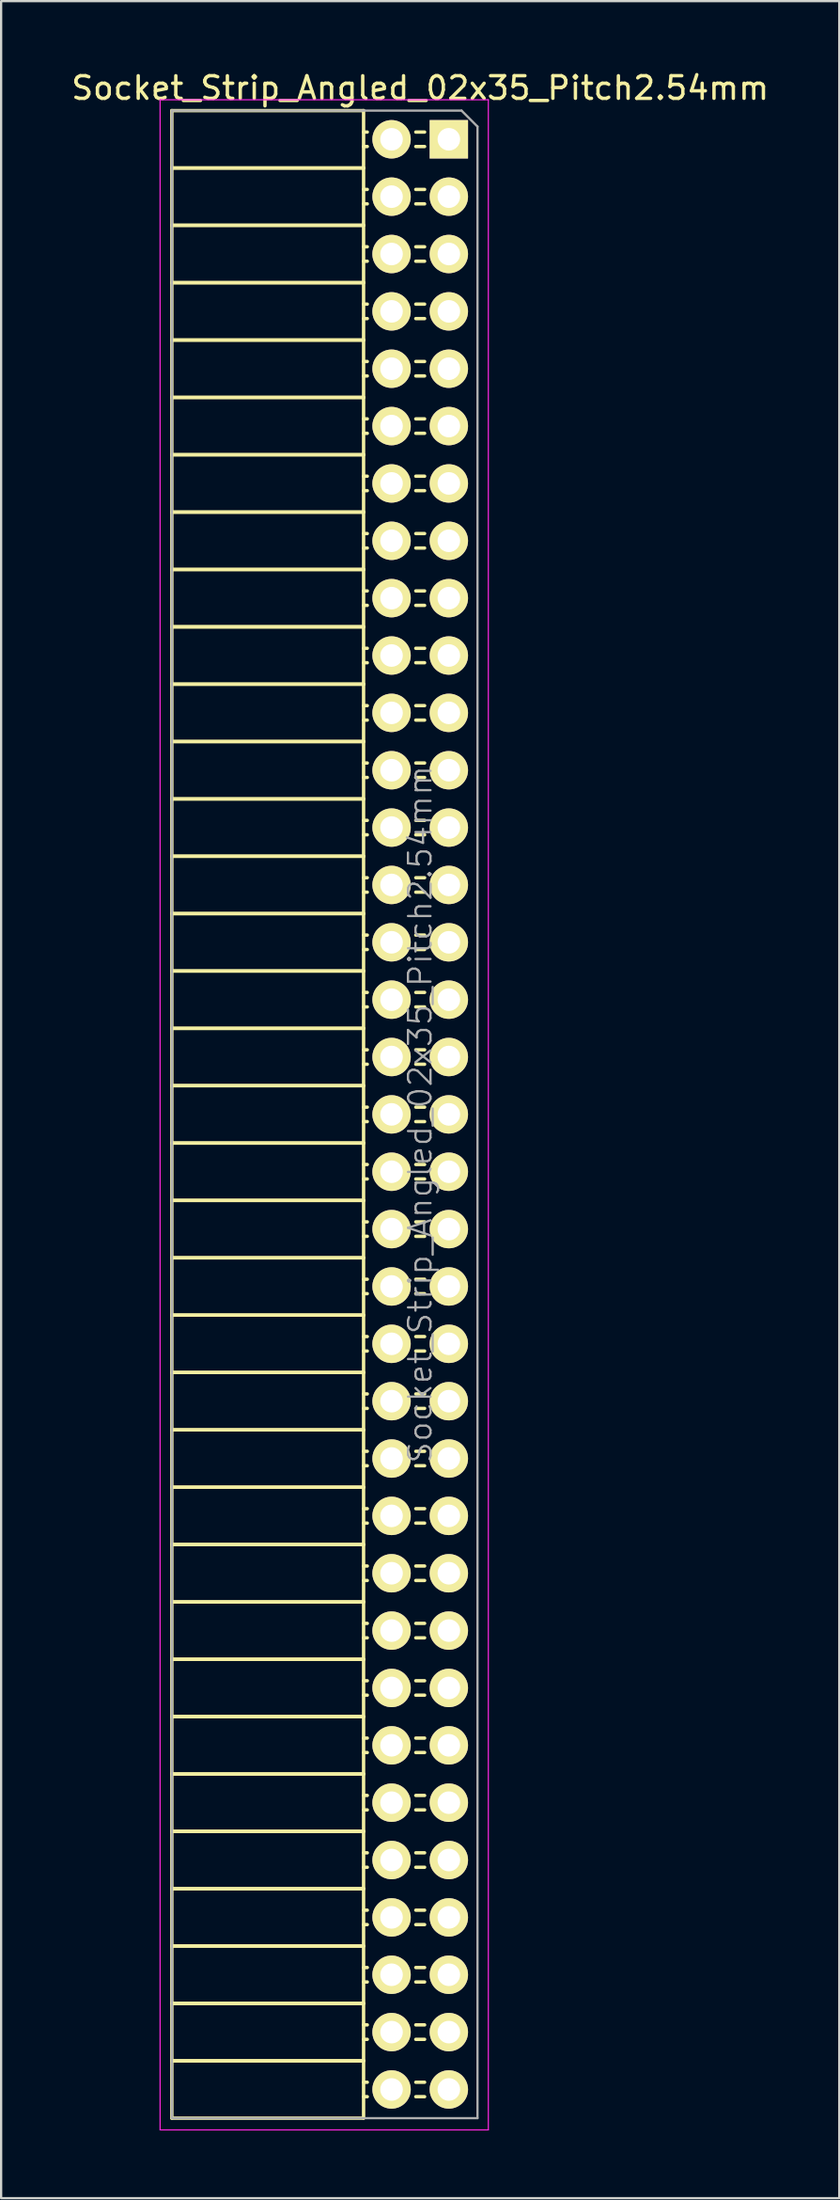
<source format=kicad_pcb>
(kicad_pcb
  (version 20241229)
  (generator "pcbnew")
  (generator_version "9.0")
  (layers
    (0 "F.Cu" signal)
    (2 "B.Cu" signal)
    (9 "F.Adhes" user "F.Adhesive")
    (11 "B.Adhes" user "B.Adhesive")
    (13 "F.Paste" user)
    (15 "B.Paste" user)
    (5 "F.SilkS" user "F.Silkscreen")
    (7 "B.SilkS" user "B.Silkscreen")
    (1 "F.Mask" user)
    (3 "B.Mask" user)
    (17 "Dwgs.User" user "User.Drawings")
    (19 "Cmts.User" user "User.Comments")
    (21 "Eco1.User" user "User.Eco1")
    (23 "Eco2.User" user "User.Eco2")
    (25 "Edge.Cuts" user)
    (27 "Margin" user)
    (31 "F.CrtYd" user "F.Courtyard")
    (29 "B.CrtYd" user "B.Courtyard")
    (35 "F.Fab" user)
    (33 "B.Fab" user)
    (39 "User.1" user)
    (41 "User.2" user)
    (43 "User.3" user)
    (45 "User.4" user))
  (footprint "Socket_Strip_Angled_02x35_Pitch2.54mm"
    (layer "F.Cu")
    (at 16.847 3.118)
    (property "Reference" "Socket_Strip_Angled_02x35_Pitch2.54mm" (at -1.27 -2.27 0) (layer "F.SilkS") (effects (font (size 1 1) (thickness 0.15))))
    (attr smd)
    (fp_line (start -12.28 -1.27) (end -12.28 1.27) (stroke (width 0.15) (type solid)) (layer "F.SilkS"))
    (fp_line (start -12.28 -1.27) (end -3.78 -1.27) (stroke (width 0.15) (type solid)) (layer "F.SilkS"))
    (fp_line (start -12.28 1.27) (end -12.28 3.81) (stroke (width 0.15) (type solid)) (layer "F.SilkS"))
    (fp_line (start -12.28 1.27) (end -3.78 1.27) (stroke (width 0.15) (type solid)) (layer "F.SilkS"))
    (fp_line (start -12.28 1.27) (end -3.78 1.27) (stroke (width 0.15) (type solid)) (layer "F.SilkS"))
    (fp_line (start -12.28 3.81) (end -12.28 6.35) (stroke (width 0.15) (type solid)) (layer "F.SilkS"))
    (fp_line (start -12.28 3.81) (end -3.78 3.81) (stroke (width 0.15) (type solid)) (layer "F.SilkS"))
    (fp_line (start -12.28 3.81) (end -3.78 3.81) (stroke (width 0.15) (type solid)) (layer "F.SilkS"))
    (fp_line (start -12.28 6.35) (end -12.28 8.89) (stroke (width 0.15) (type solid)) (layer "F.SilkS"))
    (fp_line (start -12.28 6.35) (end -3.78 6.35) (stroke (width 0.15) (type solid)) (layer "F.SilkS"))
    (fp_line (start -12.28 6.35) (end -3.78 6.35) (stroke (width 0.15) (type solid)) (layer "F.SilkS"))
    (fp_line (start -12.28 8.89) (end -12.28 11.43) (stroke (width 0.15) (type solid)) (layer "F.SilkS"))
    (fp_line (start -12.28 8.89) (end -3.78 8.89) (stroke (width 0.15) (type solid)) (layer "F.SilkS"))
    (fp_line (start -12.28 8.89) (end -3.78 8.89) (stroke (width 0.15) (type solid)) (layer "F.SilkS"))
    (fp_line (start -12.28 11.43) (end -12.28 13.97) (stroke (width 0.15) (type solid)) (layer "F.SilkS"))
    (fp_line (start -12.28 11.43) (end -3.78 11.43) (stroke (width 0.15) (type solid)) (layer "F.SilkS"))
    (fp_line (start -12.28 11.43) (end -3.78 11.43) (stroke (width 0.15) (type solid)) (layer "F.SilkS"))
    (fp_line (start -12.28 13.97) (end -12.28 16.51) (stroke (width 0.15) (type solid)) (layer "F.SilkS"))
    (fp_line (start -12.28 13.97) (end -3.78 13.97) (stroke (width 0.15) (type solid)) (layer "F.SilkS"))
    (fp_line (start -12.28 13.97) (end -3.78 13.97) (stroke (width 0.15) (type solid)) (layer "F.SilkS"))
    (fp_line (start -12.28 16.51) (end -12.28 19.05) (stroke (width 0.15) (type solid)) (layer "F.SilkS"))
    (fp_line (start -12.28 16.51) (end -3.78 16.51) (stroke (width 0.15) (type solid)) (layer "F.SilkS"))
    (fp_line (start -12.28 16.51) (end -3.78 16.51) (stroke (width 0.15) (type solid)) (layer "F.SilkS"))
    (fp_line (start -12.28 19.05) (end -12.28 21.59) (stroke (width 0.15) (type solid)) (layer "F.SilkS"))
    (fp_line (start -12.28 19.05) (end -3.78 19.05) (stroke (width 0.15) (type solid)) (layer "F.SilkS"))
    (fp_line (start -12.28 19.05) (end -3.78 19.05) (stroke (width 0.15) (type solid)) (layer "F.SilkS"))
    (fp_line (start -12.28 21.59) (end -12.28 24.13) (stroke (width 0.15) (type solid)) (layer "F.SilkS"))
    (fp_line (start -12.28 21.59) (end -3.78 21.59) (stroke (width 0.15) (type solid)) (layer "F.SilkS"))
    (fp_line (start -12.28 21.59) (end -3.78 21.59) (stroke (width 0.15) (type solid)) (layer "F.SilkS"))
    (fp_line (start -12.28 24.13) (end -12.28 26.67) (stroke (width 0.15) (type solid)) (layer "F.SilkS"))
    (fp_line (start -12.28 24.13) (end -3.78 24.13) (stroke (width 0.15) (type solid)) (layer "F.SilkS"))
    (fp_line (start -12.28 24.13) (end -3.78 24.13) (stroke (width 0.15) (type solid)) (layer "F.SilkS"))
    (fp_line (start -12.28 26.67) (end -12.28 29.21) (stroke (width 0.15) (type solid)) (layer "F.SilkS"))
    (fp_line (start -12.28 26.67) (end -3.78 26.67) (stroke (width 0.15) (type solid)) (layer "F.SilkS"))
    (fp_line (start -12.28 26.67) (end -3.78 26.67) (stroke (width 0.15) (type solid)) (layer "F.SilkS"))
    (fp_line (start -12.28 29.21) (end -12.28 31.75) (stroke (width 0.15) (type solid)) (layer "F.SilkS"))
    (fp_line (start -12.28 29.21) (end -3.78 29.21) (stroke (width 0.15) (type solid)) (layer "F.SilkS"))
    (fp_line (start -12.28 29.21) (end -3.78 29.21) (stroke (width 0.15) (type solid)) (layer "F.SilkS"))
    (fp_line (start -12.28 31.75) (end -12.28 34.29) (stroke (width 0.15) (type solid)) (layer "F.SilkS"))
    (fp_line (start -12.28 31.75) (end -3.78 31.75) (stroke (width 0.15) (type solid)) (layer "F.SilkS"))
    (fp_line (start -12.28 31.75) (end -3.78 31.75) (stroke (width 0.15) (type solid)) (layer "F.SilkS"))
    (fp_line (start -12.28 34.29) (end -12.28 36.83) (stroke (width 0.15) (type solid)) (layer "F.SilkS"))
    (fp_line (start -12.28 34.29) (end -3.78 34.29) (stroke (width 0.15) (type solid)) (layer "F.SilkS"))
    (fp_line (start -12.28 34.29) (end -3.78 34.29) (stroke (width 0.15) (type solid)) (layer "F.SilkS"))
    (fp_line (start -12.28 36.83) (end -12.28 39.37) (stroke (width 0.15) (type solid)) (layer "F.SilkS"))
    (fp_line (start -12.28 36.83) (end -3.78 36.83) (stroke (width 0.15) (type solid)) (layer "F.SilkS"))
    (fp_line (start -12.28 36.83) (end -3.78 36.83) (stroke (width 0.15) (type solid)) (layer "F.SilkS"))
    (fp_line (start -12.28 39.37) (end -12.28 41.91) (stroke (width 0.15) (type solid)) (layer "F.SilkS"))
    (fp_line (start -12.28 39.37) (end -3.78 39.37) (stroke (width 0.15) (type solid)) (layer "F.SilkS"))
    (fp_line (start -12.28 39.37) (end -3.78 39.37) (stroke (width 0.15) (type solid)) (layer "F.SilkS"))
    (fp_line (start -12.28 41.91) (end -12.28 44.45) (stroke (width 0.15) (type solid)) (layer "F.SilkS"))
    (fp_line (start -12.28 41.91) (end -3.78 41.91) (stroke (width 0.15) (type solid)) (layer "F.SilkS"))
    (fp_line (start -12.28 41.91) (end -3.78 41.91) (stroke (width 0.15) (type solid)) (layer "F.SilkS"))
    (fp_line (start -12.28 44.45) (end -12.28 46.99) (stroke (width 0.15) (type solid)) (layer "F.SilkS"))
    (fp_line (start -12.28 44.45) (end -3.78 44.45) (stroke (width 0.15) (type solid)) (layer "F.SilkS"))
    (fp_line (start -12.28 44.45) (end -3.78 44.45) (stroke (width 0.15) (type solid)) (layer "F.SilkS"))
    (fp_line (start -12.28 46.99) (end -12.28 49.53) (stroke (width 0.15) (type solid)) (layer "F.SilkS"))
    (fp_line (start -12.28 46.99) (end -3.78 46.99) (stroke (width 0.15) (type solid)) (layer "F.SilkS"))
    (fp_line (start -12.28 46.99) (end -3.78 46.99) (stroke (width 0.15) (type solid)) (layer "F.SilkS"))
    (fp_line (start -12.28 49.53) (end -12.28 52.07) (stroke (width 0.15) (type solid)) (layer "F.SilkS"))
    (fp_line (start -12.28 49.53) (end -3.78 49.53) (stroke (width 0.15) (type solid)) (layer "F.SilkS"))
    (fp_line (start -12.28 49.53) (end -3.78 49.53) (stroke (width 0.15) (type solid)) (layer "F.SilkS"))
    (fp_line (start -12.28 52.07) (end -12.28 54.61) (stroke (width 0.15) (type solid)) (layer "F.SilkS"))
    (fp_line (start -12.28 52.07) (end -3.78 52.07) (stroke (width 0.15) (type solid)) (layer "F.SilkS"))
    (fp_line (start -12.28 52.07) (end -3.78 52.07) (stroke (width 0.15) (type solid)) (layer "F.SilkS"))
    (fp_line (start -12.28 54.61) (end -12.28 57.15) (stroke (width 0.15) (type solid)) (layer "F.SilkS"))
    (fp_line (start -12.28 54.61) (end -3.78 54.61) (stroke (width 0.15) (type solid)) (layer "F.SilkS"))
    (fp_line (start -12.28 54.61) (end -3.78 54.61) (stroke (width 0.15) (type solid)) (layer "F.SilkS"))
    (fp_line (start -12.28 57.15) (end -12.28 59.69) (stroke (width 0.15) (type solid)) (layer "F.SilkS"))
    (fp_line (start -12.28 57.15) (end -3.78 57.15) (stroke (width 0.15) (type solid)) (layer "F.SilkS"))
    (fp_line (start -12.28 57.15) (end -3.78 57.15) (stroke (width 0.15) (type solid)) (layer "F.SilkS"))
    (fp_line (start -12.28 59.69) (end -12.28 62.23) (stroke (width 0.15) (type solid)) (layer "F.SilkS"))
    (fp_line (start -12.28 59.69) (end -3.78 59.69) (stroke (width 0.15) (type solid)) (layer "F.SilkS"))
    (fp_line (start -12.28 59.69) (end -3.78 59.69) (stroke (width 0.15) (type solid)) (layer "F.SilkS"))
    (fp_line (start -12.28 62.23) (end -12.28 64.77) (stroke (width 0.15) (type solid)) (layer "F.SilkS"))
    (fp_line (start -12.28 62.23) (end -3.78 62.23) (stroke (width 0.15) (type solid)) (layer "F.SilkS"))
    (fp_line (start -12.28 62.23) (end -3.78 62.23) (stroke (width 0.15) (type solid)) (layer "F.SilkS"))
    (fp_line (start -12.28 64.77) (end -12.28 67.31) (stroke (width 0.15) (type solid)) (layer "F.SilkS"))
    (fp_line (start -12.28 64.77) (end -3.78 64.77) (stroke (width 0.15) (type solid)) (layer "F.SilkS"))
    (fp_line (start -12.28 64.77) (end -3.78 64.77) (stroke (width 0.15) (type solid)) (layer "F.SilkS"))
    (fp_line (start -12.28 67.31) (end -12.28 69.85) (stroke (width 0.15) (type solid)) (layer "F.SilkS"))
    (fp_line (start -12.28 67.31) (end -3.78 67.31) (stroke (width 0.15) (type solid)) (layer "F.SilkS"))
    (fp_line (start -12.28 67.31) (end -3.78 67.31) (stroke (width 0.15) (type solid)) (layer "F.SilkS"))
    (fp_line (start -12.28 69.85) (end -12.28 72.39) (stroke (width 0.15) (type solid)) (layer "F.SilkS"))
    (fp_line (start -12.28 69.85) (end -3.78 69.85) (stroke (width 0.15) (type solid)) (layer "F.SilkS"))
    (fp_line (start -12.28 69.85) (end -3.78 69.85) (stroke (width 0.15) (type solid)) (layer "F.SilkS"))
    (fp_line (start -12.28 72.39) (end -12.28 74.93) (stroke (width 0.15) (type solid)) (layer "F.SilkS"))
    (fp_line (start -12.28 72.39) (end -3.78 72.39) (stroke (width 0.15) (type solid)) (layer "F.SilkS"))
    (fp_line (start -12.28 72.39) (end -3.78 72.39) (stroke (width 0.15) (type solid)) (layer "F.SilkS"))
    (fp_line (start -12.28 74.93) (end -12.28 77.47) (stroke (width 0.15) (type solid)) (layer "F.SilkS"))
    (fp_line (start -12.28 74.93) (end -3.78 74.93) (stroke (width 0.15) (type solid)) (layer "F.SilkS"))
    (fp_line (start -12.28 74.93) (end -3.78 74.93) (stroke (width 0.15) (type solid)) (layer "F.SilkS"))
    (fp_line (start -12.28 77.47) (end -12.28 80.01) (stroke (width 0.15) (type solid)) (layer "F.SilkS"))
    (fp_line (start -12.28 77.47) (end -3.78 77.47) (stroke (width 0.15) (type solid)) (layer "F.SilkS"))
    (fp_line (start -12.28 77.47) (end -3.78 77.47) (stroke (width 0.15) (type solid)) (layer "F.SilkS"))
    (fp_line (start -12.28 80.01) (end -12.28 82.55) (stroke (width 0.15) (type solid)) (layer "F.SilkS"))
    (fp_line (start -12.28 80.01) (end -3.78 80.01) (stroke (width 0.15) (type solid)) (layer "F.SilkS"))
    (fp_line (start -12.28 80.01) (end -3.78 80.01) (stroke (width 0.15) (type solid)) (layer "F.SilkS"))
    (fp_line (start -12.28 82.55) (end -12.28 85.09) (stroke (width 0.15) (type solid)) (layer "F.SilkS"))
    (fp_line (start -12.28 82.55) (end -3.78 82.55) (stroke (width 0.15) (type solid)) (layer "F.SilkS"))
    (fp_line (start -12.28 82.55) (end -3.78 82.55) (stroke (width 0.15) (type solid)) (layer "F.SilkS"))
    (fp_line (start -12.28 85.09) (end -12.28 87.63) (stroke (width 0.15) (type solid)) (layer "F.SilkS"))
    (fp_line (start -12.28 85.09) (end -3.78 85.09) (stroke (width 0.15) (type solid)) (layer "F.SilkS"))
    (fp_line (start -12.28 85.09) (end -3.78 85.09) (stroke (width 0.15) (type solid)) (layer "F.SilkS"))
    (fp_line (start -12.28 87.63) (end -3.78 87.63) (stroke (width 0.15) (type solid)) (layer "F.SilkS"))
    (fp_line (start -3.78 -1.27) (end -3.78 1.27) (stroke (width 0.15) (type solid)) (layer "F.SilkS"))
    (fp_line (start -3.78 -0.32) (end -3.615 -0.32) (stroke (width 0.15) (type solid)) (layer "F.SilkS"))
    (fp_line (start -3.78 0.32) (end -3.615 0.32) (stroke (width 0.15) (type solid)) (layer "F.SilkS"))
    (fp_line (start -3.78 1.27) (end -3.78 3.81) (stroke (width 0.15) (type solid)) (layer "F.SilkS"))
    (fp_line (start -3.78 2.22) (end -3.615 2.22) (stroke (width 0.15) (type solid)) (layer "F.SilkS"))
    (fp_line (start -3.78 2.86) (end -3.615 2.86) (stroke (width 0.15) (type solid)) (layer "F.SilkS"))
    (fp_line (start -3.78 3.81) (end -3.78 6.35) (stroke (width 0.15) (type solid)) (layer "F.SilkS"))
    (fp_line (start -3.78 4.76) (end -3.615 4.76) (stroke (width 0.15) (type solid)) (layer "F.SilkS"))
    (fp_line (start -3.78 5.4) (end -3.615 5.4) (stroke (width 0.15) (type solid)) (layer "F.SilkS"))
    (fp_line (start -3.78 6.35) (end -3.78 8.89) (stroke (width 0.15) (type solid)) (layer "F.SilkS"))
    (fp_line (start -3.78 7.3) (end -3.615 7.3) (stroke (width 0.15) (type solid)) (layer "F.SilkS"))
    (fp_line (start -3.78 7.94) (end -3.615 7.94) (stroke (width 0.15) (type solid)) (layer "F.SilkS"))
    (fp_line (start -3.78 8.89) (end -3.78 11.43) (stroke (width 0.15) (type solid)) (layer "F.SilkS"))
    (fp_line (start -3.78 9.84) (end -3.615 9.84) (stroke (width 0.15) (type solid)) (layer "F.SilkS"))
    (fp_line (start -3.78 10.48) (end -3.615 10.48) (stroke (width 0.15) (type solid)) (layer "F.SilkS"))
    (fp_line (start -3.78 11.43) (end -3.78 13.97) (stroke (width 0.15) (type solid)) (layer "F.SilkS"))
    (fp_line (start -3.78 12.38) (end -3.615 12.38) (stroke (width 0.15) (type solid)) (layer "F.SilkS"))
    (fp_line (start -3.78 13.02) (end -3.615 13.02) (stroke (width 0.15) (type solid)) (layer "F.SilkS"))
    (fp_line (start -3.78 13.97) (end -3.78 16.51) (stroke (width 0.15) (type solid)) (layer "F.SilkS"))
    (fp_line (start -3.78 14.92) (end -3.615 14.92) (stroke (width 0.15) (type solid)) (layer "F.SilkS"))
    (fp_line (start -3.78 15.56) (end -3.615 15.56) (stroke (width 0.15) (type solid)) (layer "F.SilkS"))
    (fp_line (start -3.78 16.51) (end -3.78 19.05) (stroke (width 0.15) (type solid)) (layer "F.SilkS"))
    (fp_line (start -3.78 17.46) (end -3.615 17.46) (stroke (width 0.15) (type solid)) (layer "F.SilkS"))
    (fp_line (start -3.78 18.1) (end -3.615 18.1) (stroke (width 0.15) (type solid)) (layer "F.SilkS"))
    (fp_line (start -3.78 19.05) (end -3.78 21.59) (stroke (width 0.15) (type solid)) (layer "F.SilkS"))
    (fp_line (start -3.78 20) (end -3.615 20) (stroke (width 0.15) (type solid)) (layer "F.SilkS"))
    (fp_line (start -3.78 20.64) (end -3.615 20.64) (stroke (width 0.15) (type solid)) (layer "F.SilkS"))
    (fp_line (start -3.78 21.59) (end -3.78 24.13) (stroke (width 0.15) (type solid)) (layer "F.SilkS"))
    (fp_line (start -3.78 22.54) (end -3.615 22.54) (stroke (width 0.15) (type solid)) (layer "F.SilkS"))
    (fp_line (start -3.78 23.18) (end -3.615 23.18) (stroke (width 0.15) (type solid)) (layer "F.SilkS"))
    (fp_line (start -3.78 24.13) (end -3.78 26.67) (stroke (width 0.15) (type solid)) (layer "F.SilkS"))
    (fp_line (start -3.78 25.08) (end -3.615 25.08) (stroke (width 0.15) (type solid)) (layer "F.SilkS"))
    (fp_line (start -3.78 25.72) (end -3.615 25.72) (stroke (width 0.15) (type solid)) (layer "F.SilkS"))
    (fp_line (start -3.78 26.67) (end -3.78 29.21) (stroke (width 0.15) (type solid)) (layer "F.SilkS"))
    (fp_line (start -3.78 27.62) (end -3.615 27.62) (stroke (width 0.15) (type solid)) (layer "F.SilkS"))
    (fp_line (start -3.78 28.26) (end -3.615 28.26) (stroke (width 0.15) (type solid)) (layer "F.SilkS"))
    (fp_line (start -3.78 29.21) (end -3.78 31.75) (stroke (width 0.15) (type solid)) (layer "F.SilkS"))
    (fp_line (start -3.78 30.16) (end -3.615 30.16) (stroke (width 0.15) (type solid)) (layer "F.SilkS"))
    (fp_line (start -3.78 30.8) (end -3.615 30.8) (stroke (width 0.15) (type solid)) (layer "F.SilkS"))
    (fp_line (start -3.78 31.75) (end -3.78 34.29) (stroke (width 0.15) (type solid)) (layer "F.SilkS"))
    (fp_line (start -3.78 32.7) (end -3.615 32.7) (stroke (width 0.15) (type solid)) (layer "F.SilkS"))
    (fp_line (start -3.78 33.34) (end -3.615 33.34) (stroke (width 0.15) (type solid)) (layer "F.SilkS"))
    (fp_line (start -3.78 34.29) (end -3.78 36.83) (stroke (width 0.15) (type solid)) (layer "F.SilkS"))
    (fp_line (start -3.78 35.24) (end -3.615 35.24) (stroke (width 0.15) (type solid)) (layer "F.SilkS"))
    (fp_line (start -3.78 35.88) (end -3.615 35.88) (stroke (width 0.15) (type solid)) (layer "F.SilkS"))
    (fp_line (start -3.78 36.83) (end -3.78 39.37) (stroke (width 0.15) (type solid)) (layer "F.SilkS"))
    (fp_line (start -3.78 37.78) (end -3.615 37.78) (stroke (width 0.15) (type solid)) (layer "F.SilkS"))
    (fp_line (start -3.78 38.42) (end -3.615 38.42) (stroke (width 0.15) (type solid)) (layer "F.SilkS"))
    (fp_line (start -3.78 39.37) (end -3.78 41.91) (stroke (width 0.15) (type solid)) (layer "F.SilkS"))
    (fp_line (start -3.78 40.32) (end -3.615 40.32) (stroke (width 0.15) (type solid)) (layer "F.SilkS"))
    (fp_line (start -3.78 40.96) (end -3.615 40.96) (stroke (width 0.15) (type solid)) (layer "F.SilkS"))
    (fp_line (start -3.78 41.91) (end -3.78 44.45) (stroke (width 0.15) (type solid)) (layer "F.SilkS"))
    (fp_line (start -3.78 42.86) (end -3.615 42.86) (stroke (width 0.15) (type solid)) (layer "F.SilkS"))
    (fp_line (start -3.78 43.5) (end -3.615 43.5) (stroke (width 0.15) (type solid)) (layer "F.SilkS"))
    (fp_line (start -3.78 44.45) (end -3.78 46.99) (stroke (width 0.15) (type solid)) (layer "F.SilkS"))
    (fp_line (start -3.78 45.4) (end -3.615 45.4) (stroke (width 0.15) (type solid)) (layer "F.SilkS"))
    (fp_line (start -3.78 46.04) (end -3.615 46.04) (stroke (width 0.15) (type solid)) (layer "F.SilkS"))
    (fp_line (start -3.78 46.99) (end -3.78 49.53) (stroke (width 0.15) (type solid)) (layer "F.SilkS"))
    (fp_line (start -3.78 47.94) (end -3.615 47.94) (stroke (width 0.15) (type solid)) (layer "F.SilkS"))
    (fp_line (start -3.78 48.58) (end -3.615 48.58) (stroke (width 0.15) (type solid)) (layer "F.SilkS"))
    (fp_line (start -3.78 49.53) (end -3.78 52.07) (stroke (width 0.15) (type solid)) (layer "F.SilkS"))
    (fp_line (start -3.78 50.48) (end -3.615 50.48) (stroke (width 0.15) (type solid)) (layer "F.SilkS"))
    (fp_line (start -3.78 51.12) (end -3.615 51.12) (stroke (width 0.15) (type solid)) (layer "F.SilkS"))
    (fp_line (start -3.78 52.07) (end -3.78 54.61) (stroke (width 0.15) (type solid)) (layer "F.SilkS"))
    (fp_line (start -3.78 53.02) (end -3.615 53.02) (stroke (width 0.15) (type solid)) (layer "F.SilkS"))
    (fp_line (start -3.78 53.66) (end -3.615 53.66) (stroke (width 0.15) (type solid)) (layer "F.SilkS"))
    (fp_line (start -3.78 54.61) (end -3.78 57.15) (stroke (width 0.15) (type solid)) (layer "F.SilkS"))
    (fp_line (start -3.78 55.56) (end -3.615 55.56) (stroke (width 0.15) (type solid)) (layer "F.SilkS"))
    (fp_line (start -3.78 56.2) (end -3.615 56.2) (stroke (width 0.15) (type solid)) (layer "F.SilkS"))
    (fp_line (start -3.78 57.15) (end -3.78 59.69) (stroke (width 0.15) (type solid)) (layer "F.SilkS"))
    (fp_line (start -3.78 58.1) (end -3.615 58.1) (stroke (width 0.15) (type solid)) (layer "F.SilkS"))
    (fp_line (start -3.78 58.74) (end -3.615 58.74) (stroke (width 0.15) (type solid)) (layer "F.SilkS"))
    (fp_line (start -3.78 59.69) (end -3.78 62.23) (stroke (width 0.15) (type solid)) (layer "F.SilkS"))
    (fp_line (start -3.78 60.64) (end -3.615 60.64) (stroke (width 0.15) (type solid)) (layer "F.SilkS"))
    (fp_line (start -3.78 61.28) (end -3.615 61.28) (stroke (width 0.15) (type solid)) (layer "F.SilkS"))
    (fp_line (start -3.78 62.23) (end -3.78 64.77) (stroke (width 0.15) (type solid)) (layer "F.SilkS"))
    (fp_line (start -3.78 63.18) (end -3.615 63.18) (stroke (width 0.15) (type solid)) (layer "F.SilkS"))
    (fp_line (start -3.78 63.82) (end -3.615 63.82) (stroke (width 0.15) (type solid)) (layer "F.SilkS"))
    (fp_line (start -3.78 64.77) (end -3.78 67.31) (stroke (width 0.15) (type solid)) (layer "F.SilkS"))
    (fp_line (start -3.78 65.72) (end -3.615 65.72) (stroke (width 0.15) (type solid)) (layer "F.SilkS"))
    (fp_line (start -3.78 66.36) (end -3.615 66.36) (stroke (width 0.15) (type solid)) (layer "F.SilkS"))
    (fp_line (start -3.78 67.31) (end -3.78 69.85) (stroke (width 0.15) (type solid)) (layer "F.SilkS"))
    (fp_line (start -3.78 68.26) (end -3.615 68.26) (stroke (width 0.15) (type solid)) (layer "F.SilkS"))
    (fp_line (start -3.78 68.9) (end -3.615 68.9) (stroke (width 0.15) (type solid)) (layer "F.SilkS"))
    (fp_line (start -3.78 69.85) (end -3.78 72.39) (stroke (width 0.15) (type solid)) (layer "F.SilkS"))
    (fp_line (start -3.78 70.8) (end -3.615 70.8) (stroke (width 0.15) (type solid)) (layer "F.SilkS"))
    (fp_line (start -3.78 71.44) (end -3.615 71.44) (stroke (width 0.15) (type solid)) (layer "F.SilkS"))
    (fp_line (start -3.78 72.39) (end -3.78 74.93) (stroke (width 0.15) (type solid)) (layer "F.SilkS"))
    (fp_line (start -3.78 73.34) (end -3.615 73.34) (stroke (width 0.15) (type solid)) (layer "F.SilkS"))
    (fp_line (start -3.78 73.98) (end -3.615 73.98) (stroke (width 0.15) (type solid)) (layer "F.SilkS"))
    (fp_line (start -3.78 74.93) (end -3.78 77.47) (stroke (width 0.15) (type solid)) (layer "F.SilkS"))
    (fp_line (start -3.78 75.88) (end -3.615 75.88) (stroke (width 0.15) (type solid)) (layer "F.SilkS"))
    (fp_line (start -3.78 76.52) (end -3.615 76.52) (stroke (width 0.15) (type solid)) (layer "F.SilkS"))
    (fp_line (start -3.78 77.47) (end -3.78 80.01) (stroke (width 0.15) (type solid)) (layer "F.SilkS"))
    (fp_line (start -3.78 78.42) (end -3.615 78.42) (stroke (width 0.15) (type solid)) (layer "F.SilkS"))
    (fp_line (start -3.78 79.06) (end -3.615 79.06) (stroke (width 0.15) (type solid)) (layer "F.SilkS"))
    (fp_line (start -3.78 80.01) (end -3.78 82.55) (stroke (width 0.15) (type solid)) (layer "F.SilkS"))
    (fp_line (start -3.78 80.96) (end -3.615 80.96) (stroke (width 0.15) (type solid)) (layer "F.SilkS"))
    (fp_line (start -3.78 81.6) (end -3.615 81.6) (stroke (width 0.15) (type solid)) (layer "F.SilkS"))
    (fp_line (start -3.78 82.55) (end -3.78 85.09) (stroke (width 0.15) (type solid)) (layer "F.SilkS"))
    (fp_line (start -3.78 83.5) (end -3.615 83.5) (stroke (width 0.15) (type solid)) (layer "F.SilkS"))
    (fp_line (start -3.78 84.14) (end -3.615 84.14) (stroke (width 0.15) (type solid)) (layer "F.SilkS"))
    (fp_line (start -3.78 85.09) (end -3.78 87.63) (stroke (width 0.15) (type solid)) (layer "F.SilkS"))
    (fp_line (start -3.78 86.04) (end -3.615 86.04) (stroke (width 0.15) (type solid)) (layer "F.SilkS"))
    (fp_line (start -3.78 86.68) (end -3.615 86.68) (stroke (width 0.15) (type solid)) (layer "F.SilkS"))
    (fp_line (start -1.075 -0.32) (end -1.465 -0.32) (stroke (width 0.15) (type solid)) (layer "F.SilkS"))
    (fp_line (start -1.075 0.32) (end -1.465 0.32) (stroke (width 0.15) (type solid)) (layer "F.SilkS"))
    (fp_line (start -1.075 2.22) (end -1.465 2.22) (stroke (width 0.15) (type solid)) (layer "F.SilkS"))
    (fp_line (start -1.075 2.86) (end -1.465 2.86) (stroke (width 0.15) (type solid)) (layer "F.SilkS"))
    (fp_line (start -1.075 4.76) (end -1.465 4.76) (stroke (width 0.15) (type solid)) (layer "F.SilkS"))
    (fp_line (start -1.075 5.4) (end -1.465 5.4) (stroke (width 0.15) (type solid)) (layer "F.SilkS"))
    (fp_line (start -1.075 7.3) (end -1.465 7.3) (stroke (width 0.15) (type solid)) (layer "F.SilkS"))
    (fp_line (start -1.075 7.94) (end -1.465 7.94) (stroke (width 0.15) (type solid)) (layer "F.SilkS"))
    (fp_line (start -1.075 9.84) (end -1.465 9.84) (stroke (width 0.15) (type solid)) (layer "F.SilkS"))
    (fp_line (start -1.075 10.48) (end -1.465 10.48) (stroke (width 0.15) (type solid)) (layer "F.SilkS"))
    (fp_line (start -1.075 12.38) (end -1.465 12.38) (stroke (width 0.15) (type solid)) (layer "F.SilkS"))
    (fp_line (start -1.075 13.02) (end -1.465 13.02) (stroke (width 0.15) (type solid)) (layer "F.SilkS"))
    (fp_line (start -1.075 14.92) (end -1.465 14.92) (stroke (width 0.15) (type solid)) (layer "F.SilkS"))
    (fp_line (start -1.075 15.56) (end -1.465 15.56) (stroke (width 0.15) (type solid)) (layer "F.SilkS"))
    (fp_line (start -1.075 17.46) (end -1.465 17.46) (stroke (width 0.15) (type solid)) (layer "F.SilkS"))
    (fp_line (start -1.075 18.1) (end -1.465 18.1) (stroke (width 0.15) (type solid)) (layer "F.SilkS"))
    (fp_line (start -1.075 20) (end -1.465 20) (stroke (width 0.15) (type solid)) (layer "F.SilkS"))
    (fp_line (start -1.075 20.64) (end -1.465 20.64) (stroke (width 0.15) (type solid)) (layer "F.SilkS"))
    (fp_line (start -1.075 22.54) (end -1.465 22.54) (stroke (width 0.15) (type solid)) (layer "F.SilkS"))
    (fp_line (start -1.075 23.18) (end -1.465 23.18) (stroke (width 0.15) (type solid)) (layer "F.SilkS"))
    (fp_line (start -1.075 25.08) (end -1.465 25.08) (stroke (width 0.15) (type solid)) (layer "F.SilkS"))
    (fp_line (start -1.075 25.72) (end -1.465 25.72) (stroke (width 0.15) (type solid)) (layer "F.SilkS"))
    (fp_line (start -1.075 27.62) (end -1.465 27.62) (stroke (width 0.15) (type solid)) (layer "F.SilkS"))
    (fp_line (start -1.075 28.26) (end -1.465 28.26) (stroke (width 0.15) (type solid)) (layer "F.SilkS"))
    (fp_line (start -1.075 30.16) (end -1.465 30.16) (stroke (width 0.15) (type solid)) (layer "F.SilkS"))
    (fp_line (start -1.075 30.8) (end -1.465 30.8) (stroke (width 0.15) (type solid)) (layer "F.SilkS"))
    (fp_line (start -1.075 32.7) (end -1.465 32.7) (stroke (width 0.15) (type solid)) (layer "F.SilkS"))
    (fp_line (start -1.075 33.34) (end -1.465 33.34) (stroke (width 0.15) (type solid)) (layer "F.SilkS"))
    (fp_line (start -1.075 35.24) (end -1.465 35.24) (stroke (width 0.15) (type solid)) (layer "F.SilkS"))
    (fp_line (start -1.075 35.88) (end -1.465 35.88) (stroke (width 0.15) (type solid)) (layer "F.SilkS"))
    (fp_line (start -1.075 37.78) (end -1.465 37.78) (stroke (width 0.15) (type solid)) (layer "F.SilkS"))
    (fp_line (start -1.075 38.42) (end -1.465 38.42) (stroke (width 0.15) (type solid)) (layer "F.SilkS"))
    (fp_line (start -1.075 40.32) (end -1.465 40.32) (stroke (width 0.15) (type solid)) (layer "F.SilkS"))
    (fp_line (start -1.075 40.96) (end -1.465 40.96) (stroke (width 0.15) (type solid)) (layer "F.SilkS"))
    (fp_line (start -1.075 42.86) (end -1.465 42.86) (stroke (width 0.15) (type solid)) (layer "F.SilkS"))
    (fp_line (start -1.075 43.5) (end -1.465 43.5) (stroke (width 0.15) (type solid)) (layer "F.SilkS"))
    (fp_line (start -1.075 45.4) (end -1.465 45.4) (stroke (width 0.15) (type solid)) (layer "F.SilkS"))
    (fp_line (start -1.075 46.04) (end -1.465 46.04) (stroke (width 0.15) (type solid)) (layer "F.SilkS"))
    (fp_line (start -1.075 47.94) (end -1.465 47.94) (stroke (width 0.15) (type solid)) (layer "F.SilkS"))
    (fp_line (start -1.075 48.58) (end -1.465 48.58) (stroke (width 0.15) (type solid)) (layer "F.SilkS"))
    (fp_line (start -1.075 50.48) (end -1.465 50.48) (stroke (width 0.15) (type solid)) (layer "F.SilkS"))
    (fp_line (start -1.075 51.12) (end -1.465 51.12) (stroke (width 0.15) (type solid)) (layer "F.SilkS"))
    (fp_line (start -1.075 53.02) (end -1.465 53.02) (stroke (width 0.15) (type solid)) (layer "F.SilkS"))
    (fp_line (start -1.075 53.66) (end -1.465 53.66) (stroke (width 0.15) (type solid)) (layer "F.SilkS"))
    (fp_line (start -1.075 55.56) (end -1.465 55.56) (stroke (width 0.15) (type solid)) (layer "F.SilkS"))
    (fp_line (start -1.075 56.2) (end -1.465 56.2) (stroke (width 0.15) (type solid)) (layer "F.SilkS"))
    (fp_line (start -1.075 58.1) (end -1.465 58.1) (stroke (width 0.15) (type solid)) (layer "F.SilkS"))
    (fp_line (start -1.075 58.74) (end -1.465 58.74) (stroke (width 0.15) (type solid)) (layer "F.SilkS"))
    (fp_line (start -1.075 60.64) (end -1.465 60.64) (stroke (width 0.15) (type solid)) (layer "F.SilkS"))
    (fp_line (start -1.075 61.28) (end -1.465 61.28) (stroke (width 0.15) (type solid)) (layer "F.SilkS"))
    (fp_line (start -1.075 63.18) (end -1.465 63.18) (stroke (width 0.15) (type solid)) (layer "F.SilkS"))
    (fp_line (start -1.075 63.82) (end -1.465 63.82) (stroke (width 0.15) (type solid)) (layer "F.SilkS"))
    (fp_line (start -1.075 65.72) (end -1.465 65.72) (stroke (width 0.15) (type solid)) (layer "F.SilkS"))
    (fp_line (start -1.075 66.36) (end -1.465 66.36) (stroke (width 0.15) (type solid)) (layer "F.SilkS"))
    (fp_line (start -1.075 68.26) (end -1.465 68.26) (stroke (width 0.15) (type solid)) (layer "F.SilkS"))
    (fp_line (start -1.075 68.9) (end -1.465 68.9) (stroke (width 0.15) (type solid)) (layer "F.SilkS"))
    (fp_line (start -1.075 70.8) (end -1.465 70.8) (stroke (width 0.15) (type solid)) (layer "F.SilkS"))
    (fp_line (start -1.075 71.44) (end -1.465 71.44) (stroke (width 0.15) (type solid)) (layer "F.SilkS"))
    (fp_line (start -1.075 73.34) (end -1.465 73.34) (stroke (width 0.15) (type solid)) (layer "F.SilkS"))
    (fp_line (start -1.075 73.98) (end -1.465 73.98) (stroke (width 0.15) (type solid)) (layer "F.SilkS"))
    (fp_line (start -1.075 75.88) (end -1.465 75.88) (stroke (width 0.15) (type solid)) (layer "F.SilkS"))
    (fp_line (start -1.075 76.52) (end -1.465 76.52) (stroke (width 0.15) (type solid)) (layer "F.SilkS"))
    (fp_line (start -1.075 78.42) (end -1.465 78.42) (stroke (width 0.15) (type solid)) (layer "F.SilkS"))
    (fp_line (start -1.075 79.06) (end -1.465 79.06) (stroke (width 0.15) (type solid)) (layer "F.SilkS"))
    (fp_line (start -1.075 80.96) (end -1.465 80.96) (stroke (width 0.15) (type solid)) (layer "F.SilkS"))
    (fp_line (start -1.075 81.6) (end -1.465 81.6) (stroke (width 0.15) (type solid)) (layer "F.SilkS"))
    (fp_line (start -1.075 83.5) (end -1.465 83.5) (stroke (width 0.15) (type solid)) (layer "F.SilkS"))
    (fp_line (start -1.075 84.14) (end -1.465 84.14) (stroke (width 0.15) (type solid)) (layer "F.SilkS"))
    (fp_line (start -1.075 86.04) (end -1.465 86.04) (stroke (width 0.15) (type solid)) (layer "F.SilkS"))
    (fp_line (start -1.075 86.68) (end -1.465 86.68) (stroke (width 0.15) (type solid)) (layer "F.SilkS"))
    (fp_line (start -12.8 -1.75) (end 1.75 -1.75) (stroke (width 0.05) (type solid)) (layer "F.CrtYd"))
    (fp_line (start -12.8 88.15) (end -12.8 -1.75) (stroke (width 0.05) (type solid)) (layer "F.CrtYd"))
    (fp_line (start -12.8 88.15) (end 1.75 88.15) (stroke (width 0.05) (type solid)) (layer "F.CrtYd"))
    (fp_line (start 1.75 88.15) (end 1.75 -1.75) (stroke (width 0.05) (type solid)) (layer "F.CrtYd"))
    (fp_line (start -12.28 -1.27) (end 0.563 -1.27) (stroke (width 0.1) (type solid)) (layer "F.Fab"))
    (fp_line (start -12.28 87.63) (end -12.28 -1.27) (stroke (width 0.1) (type solid)) (layer "F.Fab"))
    (fp_line (start -12.28 87.63) (end 1.27 87.63) (stroke (width 0.1) (type solid)) (layer "F.Fab"))
    (fp_line (start 1.27 -0.563) (end 0.563 -1.27) (stroke (width 0.1) (type solid)) (layer "F.Fab"))
    (fp_line (start 1.27 87.63) (end 1.27 -0.563) (stroke (width 0.1) (type solid)) (layer "F.Fab"))
    (fp_text user "${REFERENCE}" (at -1.27 43.18 90) (layer "F.Fab") (effects (font (size 1 1) (thickness 0.1))))
    (pad "1" thru_hole rect (at 0 0) (size 1.7 1.7) (drill 1) (layers "*.Cu" "*.Mask" "F.SilkS"))
    (pad "2" thru_hole oval (at -2.54 0) (size 1.7 1.7) (drill 1) (layers "*.Cu" "*.Mask" "F.SilkS"))
    (pad "3" thru_hole oval (at 0 2.54) (size 1.7 1.7) (drill 1) (layers "*.Cu" "*.Mask" "F.SilkS"))
    (pad "4" thru_hole oval (at -2.54 2.54) (size 1.7 1.7) (drill 1) (layers "*.Cu" "*.Mask" "F.SilkS"))
    (pad "5" thru_hole oval (at 0 5.08) (size 1.7 1.7) (drill 1) (layers "*.Cu" "*.Mask" "F.SilkS"))
    (pad "6" thru_hole oval (at -2.54 5.08) (size 1.7 1.7) (drill 1) (layers "*.Cu" "*.Mask" "F.SilkS"))
    (pad "7" thru_hole oval (at 0 7.62) (size 1.7 1.7) (drill 1) (layers "*.Cu" "*.Mask" "F.SilkS"))
    (pad "8" thru_hole oval (at -2.54 7.62) (size 1.7 1.7) (drill 1) (layers "*.Cu" "*.Mask" "F.SilkS"))
    (pad "9" thru_hole oval (at 0 10.16) (size 1.7 1.7) (drill 1) (layers "*.Cu" "*.Mask" "F.SilkS"))
    (pad "10" thru_hole oval (at -2.54 10.16) (size 1.7 1.7) (drill 1) (layers "*.Cu" "*.Mask" "F.SilkS"))
    (pad "11" thru_hole oval (at 0 12.7) (size 1.7 1.7) (drill 1) (layers "*.Cu" "*.Mask" "F.SilkS"))
    (pad "12" thru_hole oval (at -2.54 12.7) (size 1.7 1.7) (drill 1) (layers "*.Cu" "*.Mask" "F.SilkS"))
    (pad "13" thru_hole oval (at 0 15.24) (size 1.7 1.7) (drill 1) (layers "*.Cu" "*.Mask" "F.SilkS"))
    (pad "14" thru_hole oval (at -2.54 15.24) (size 1.7 1.7) (drill 1) (layers "*.Cu" "*.Mask" "F.SilkS"))
    (pad "15" thru_hole oval (at 0 17.78) (size 1.7 1.7) (drill 1) (layers "*.Cu" "*.Mask" "F.SilkS"))
    (pad "16" thru_hole oval (at -2.54 17.78) (size 1.7 1.7) (drill 1) (layers "*.Cu" "*.Mask" "F.SilkS"))
    (pad "17" thru_hole oval (at 0 20.32) (size 1.7 1.7) (drill 1) (layers "*.Cu" "*.Mask" "F.SilkS"))
    (pad "18" thru_hole oval (at -2.54 20.32) (size 1.7 1.7) (drill 1) (layers "*.Cu" "*.Mask" "F.SilkS"))
    (pad "19" thru_hole oval (at 0 22.86) (size 1.7 1.7) (drill 1) (layers "*.Cu" "*.Mask" "F.SilkS"))
    (pad "20" thru_hole oval (at -2.54 22.86) (size 1.7 1.7) (drill 1) (layers "*.Cu" "*.Mask" "F.SilkS"))
    (pad "21" thru_hole oval (at 0 25.4) (size 1.7 1.7) (drill 1) (layers "*.Cu" "*.Mask" "F.SilkS"))
    (pad "22" thru_hole oval (at -2.54 25.4) (size 1.7 1.7) (drill 1) (layers "*.Cu" "*.Mask" "F.SilkS"))
    (pad "23" thru_hole oval (at 0 27.94) (size 1.7 1.7) (drill 1) (layers "*.Cu" "*.Mask" "F.SilkS"))
    (pad "24" thru_hole oval (at -2.54 27.94) (size 1.7 1.7) (drill 1) (layers "*.Cu" "*.Mask" "F.SilkS"))
    (pad "25" thru_hole oval (at 0 30.48) (size 1.7 1.7) (drill 1) (layers "*.Cu" "*.Mask" "F.SilkS"))
    (pad "26" thru_hole oval (at -2.54 30.48) (size 1.7 1.7) (drill 1) (layers "*.Cu" "*.Mask" "F.SilkS"))
    (pad "27" thru_hole oval (at 0 33.02) (size 1.7 1.7) (drill 1) (layers "*.Cu" "*.Mask" "F.SilkS"))
    (pad "28" thru_hole oval (at -2.54 33.02) (size 1.7 1.7) (drill 1) (layers "*.Cu" "*.Mask" "F.SilkS"))
    (pad "29" thru_hole oval (at 0 35.56) (size 1.7 1.7) (drill 1) (layers "*.Cu" "*.Mask" "F.SilkS"))
    (pad "30" thru_hole oval (at -2.54 35.56) (size 1.7 1.7) (drill 1) (layers "*.Cu" "*.Mask" "F.SilkS"))
    (pad "31" thru_hole oval (at 0 38.1) (size 1.7 1.7) (drill 1) (layers "*.Cu" "*.Mask" "F.SilkS"))
    (pad "32" thru_hole oval (at -2.54 38.1) (size 1.7 1.7) (drill 1) (layers "*.Cu" "*.Mask" "F.SilkS"))
    (pad "33" thru_hole oval (at 0 40.64) (size 1.7 1.7) (drill 1) (layers "*.Cu" "*.Mask" "F.SilkS"))
    (pad "34" thru_hole oval (at -2.54 40.64) (size 1.7 1.7) (drill 1) (layers "*.Cu" "*.Mask" "F.SilkS"))
    (pad "35" thru_hole oval (at 0 43.18) (size 1.7 1.7) (drill 1) (layers "*.Cu" "*.Mask" "F.SilkS"))
    (pad "36" thru_hole oval (at -2.54 43.18) (size 1.7 1.7) (drill 1) (layers "*.Cu" "*.Mask" "F.SilkS"))
    (pad "37" thru_hole oval (at 0 45.72) (size 1.7 1.7) (drill 1) (layers "*.Cu" "*.Mask" "F.SilkS"))
    (pad "38" thru_hole oval (at -2.54 45.72) (size 1.7 1.7) (drill 1) (layers "*.Cu" "*.Mask" "F.SilkS"))
    (pad "39" thru_hole oval (at 0 48.26) (size 1.7 1.7) (drill 1) (layers "*.Cu" "*.Mask" "F.SilkS"))
    (pad "40" thru_hole oval (at -2.54 48.26) (size 1.7 1.7) (drill 1) (layers "*.Cu" "*.Mask" "F.SilkS"))
    (pad "41" thru_hole oval (at 0 50.8) (size 1.7 1.7) (drill 1) (layers "*.Cu" "*.Mask" "F.SilkS"))
    (pad "42" thru_hole oval (at -2.54 50.8) (size 1.7 1.7) (drill 1) (layers "*.Cu" "*.Mask" "F.SilkS"))
    (pad "43" thru_hole oval (at 0 53.34) (size 1.7 1.7) (drill 1) (layers "*.Cu" "*.Mask" "F.SilkS"))
    (pad "44" thru_hole oval (at -2.54 53.34) (size 1.7 1.7) (drill 1) (layers "*.Cu" "*.Mask" "F.SilkS"))
    (pad "45" thru_hole oval (at 0 55.88) (size 1.7 1.7) (drill 1) (layers "*.Cu" "*.Mask" "F.SilkS"))
    (pad "46" thru_hole oval (at -2.54 55.88) (size 1.7 1.7) (drill 1) (layers "*.Cu" "*.Mask" "F.SilkS"))
    (pad "47" thru_hole oval (at 0 58.42) (size 1.7 1.7) (drill 1) (layers "*.Cu" "*.Mask" "F.SilkS"))
    (pad "48" thru_hole oval (at -2.54 58.42) (size 1.7 1.7) (drill 1) (layers "*.Cu" "*.Mask" "F.SilkS"))
    (pad "49" thru_hole oval (at 0 60.96) (size 1.7 1.7) (drill 1) (layers "*.Cu" "*.Mask" "F.SilkS"))
    (pad "50" thru_hole oval (at -2.54 60.96) (size 1.7 1.7) (drill 1) (layers "*.Cu" "*.Mask" "F.SilkS"))
    (pad "51" thru_hole oval (at 0 63.5) (size 1.7 1.7) (drill 1) (layers "*.Cu" "*.Mask" "F.SilkS"))
    (pad "52" thru_hole oval (at -2.54 63.5) (size 1.7 1.7) (drill 1) (layers "*.Cu" "*.Mask" "F.SilkS"))
    (pad "53" thru_hole oval (at 0 66.04) (size 1.7 1.7) (drill 1) (layers "*.Cu" "*.Mask" "F.SilkS"))
    (pad "54" thru_hole oval (at -2.54 66.04) (size 1.7 1.7) (drill 1) (layers "*.Cu" "*.Mask" "F.SilkS"))
    (pad "55" thru_hole oval (at 0 68.58) (size 1.7 1.7) (drill 1) (layers "*.Cu" "*.Mask" "F.SilkS"))
    (pad "56" thru_hole oval (at -2.54 68.58) (size 1.7 1.7) (drill 1) (layers "*.Cu" "*.Mask" "F.SilkS"))
    (pad "57" thru_hole oval (at 0 71.12) (size 1.7 1.7) (drill 1) (layers "*.Cu" "*.Mask" "F.SilkS"))
    (pad "58" thru_hole oval (at -2.54 71.12) (size 1.7 1.7) (drill 1) (layers "*.Cu" "*.Mask" "F.SilkS"))
    (pad "59" thru_hole oval (at 0 73.66) (size 1.7 1.7) (drill 1) (layers "*.Cu" "*.Mask" "F.SilkS"))
    (pad "60" thru_hole oval (at -2.54 73.66) (size 1.7 1.7) (drill 1) (layers "*.Cu" "*.Mask" "F.SilkS"))
    (pad "61" thru_hole oval (at 0 76.2) (size 1.7 1.7) (drill 1) (layers "*.Cu" "*.Mask" "F.SilkS"))
    (pad "62" thru_hole oval (at -2.54 76.2) (size 1.7 1.7) (drill 1) (layers "*.Cu" "*.Mask" "F.SilkS"))
    (pad "63" thru_hole oval (at 0 78.74) (size 1.7 1.7) (drill 1) (layers "*.Cu" "*.Mask" "F.SilkS"))
    (pad "64" thru_hole oval (at -2.54 78.74) (size 1.7 1.7) (drill 1) (layers "*.Cu" "*.Mask" "F.SilkS"))
    (pad "65" thru_hole oval (at 0 81.28) (size 1.7 1.7) (drill 1) (layers "*.Cu" "*.Mask" "F.SilkS"))
    (pad "66" thru_hole oval (at -2.54 81.28) (size 1.7 1.7) (drill 1) (layers "*.Cu" "*.Mask" "F.SilkS"))
    (pad "67" thru_hole oval (at 0 83.82) (size 1.7 1.7) (drill 1) (layers "*.Cu" "*.Mask" "F.SilkS"))
    (pad "68" thru_hole oval (at -2.54 83.82) (size 1.7 1.7) (drill 1) (layers "*.Cu" "*.Mask" "F.SilkS"))
    (pad "69" thru_hole oval (at 0 86.36) (size 1.7 1.7) (drill 1) (layers "*.Cu" "*.Mask" "F.SilkS"))
    (pad "70" thru_hole oval (at -2.54 86.36) (size 1.7 1.7) (drill 1) (layers "*.Cu" "*.Mask" "F.SilkS")))
  (gr_rect
    (start -3 -3)
    (end 34.155 94.293)
    (stroke (width 0.1) (type default))
    (fill no)
    (layer "Edge.Cuts")))
</source>
